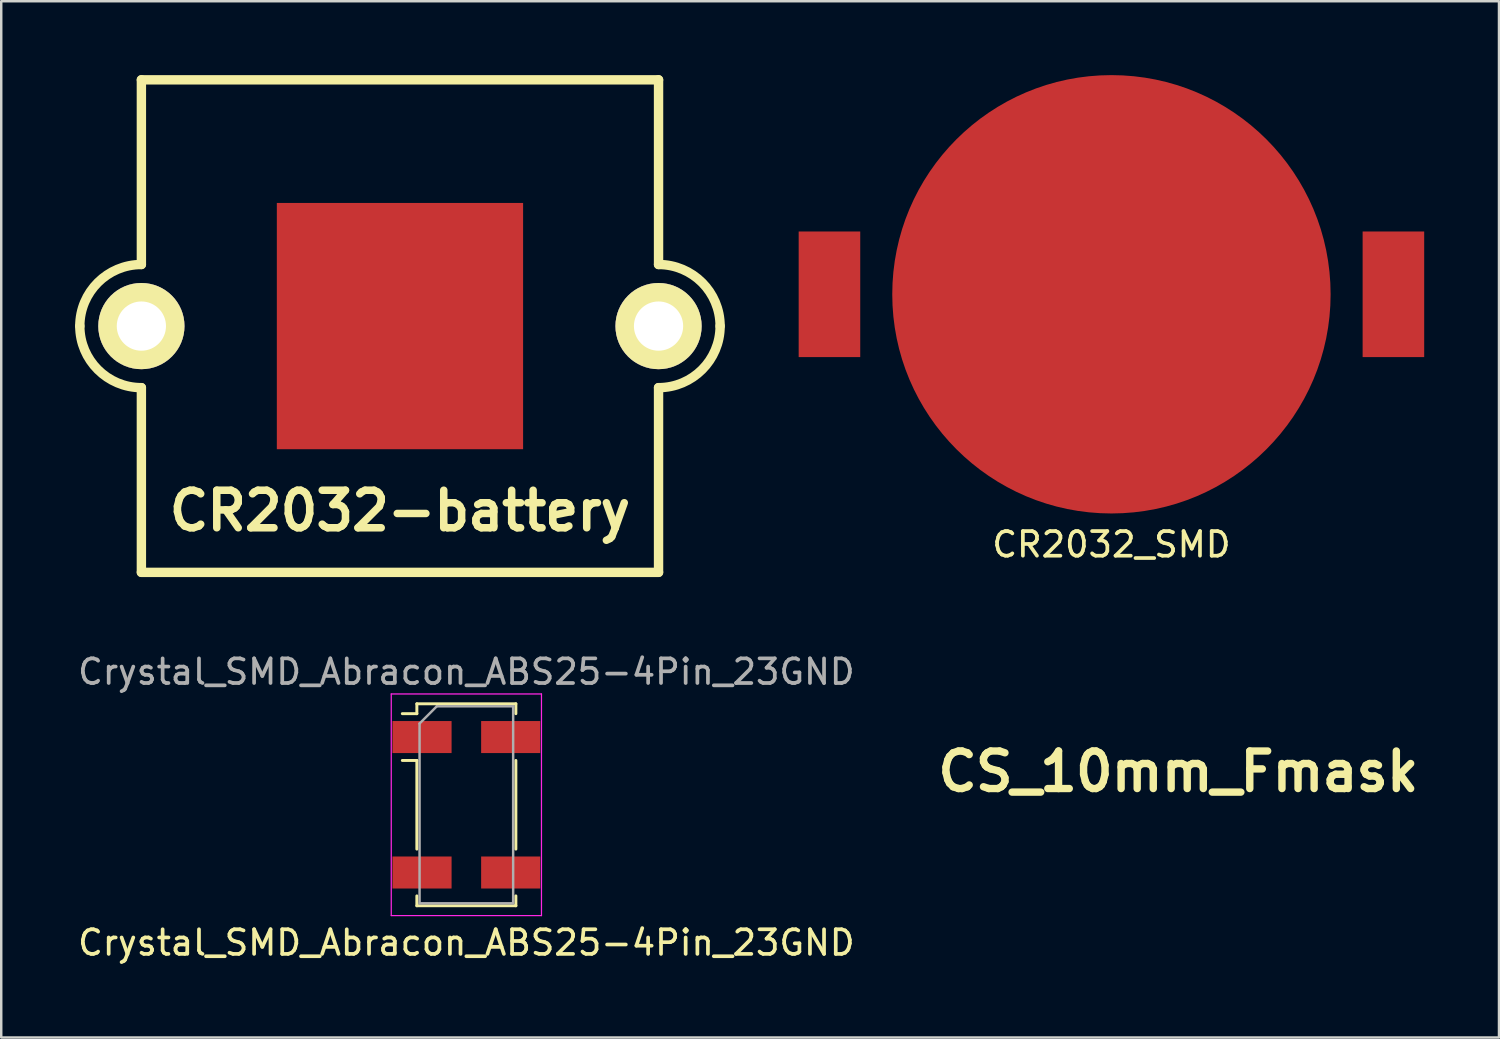
<source format=kicad_pcb>
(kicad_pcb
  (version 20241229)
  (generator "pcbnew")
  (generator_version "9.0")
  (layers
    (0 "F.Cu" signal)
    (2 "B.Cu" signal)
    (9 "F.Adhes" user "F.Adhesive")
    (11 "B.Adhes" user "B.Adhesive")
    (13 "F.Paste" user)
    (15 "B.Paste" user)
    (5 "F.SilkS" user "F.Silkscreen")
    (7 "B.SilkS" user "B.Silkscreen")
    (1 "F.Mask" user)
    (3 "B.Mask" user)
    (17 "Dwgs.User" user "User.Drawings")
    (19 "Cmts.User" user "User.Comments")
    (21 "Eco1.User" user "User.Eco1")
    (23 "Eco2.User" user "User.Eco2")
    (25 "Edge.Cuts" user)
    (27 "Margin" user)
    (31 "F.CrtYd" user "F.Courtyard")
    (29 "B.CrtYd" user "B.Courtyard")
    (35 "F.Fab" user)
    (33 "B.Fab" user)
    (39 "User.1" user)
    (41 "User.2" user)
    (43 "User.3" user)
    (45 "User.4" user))
  (footprint "CR2032-battery"
    (layer "F.Cu")
    (at 13.191 10.191)
    (property "Reference" "CR2032-battery" (at 0 7.5 0) (layer "F.SilkS") (effects (font (size 1.524 1.524) (thickness 0.305))))
    (attr through_hole)
    (fp_line (start -10.5 -10) (end 10.5 -10) (stroke (width 0.381) (type solid)) (layer "F.SilkS"))
    (fp_line (start -10.5 -10) (end -10.5 -2.5) (stroke (width 0.381) (type solid)) (layer "F.SilkS"))
    (fp_line (start -10.5 2.5) (end -10.5 10) (stroke (width 0.381) (type solid)) (layer "F.SilkS"))
    (fp_line (start 10.5 -10) (end 10.5 -2.5) (stroke (width 0.381) (type solid)) (layer "F.SilkS"))
    (fp_line (start 10.5 2.5) (end 10.5 10) (stroke (width 0.381) (type solid)) (layer "F.SilkS"))
    (fp_line (start 10.5 10) (end -10.5 10) (stroke (width 0.381) (type solid)) (layer "F.SilkS"))
    (fp_arc (start -13 0) (mid -12.267767 -1.767767) (end -10.5 -2.5) (stroke (width 0.381) (type solid)) (layer "F.SilkS"))
    (fp_arc (start -10.5 2.5) (mid -12.267767 1.767767) (end -13 0) (stroke (width 0.381) (type solid)) (layer "F.SilkS"))
    (fp_arc (start 10.5 -2.5) (mid 12.267767 -1.767767) (end 13 0) (stroke (width 0.381) (type solid)) (layer "F.SilkS"))
    (fp_arc (start 13 0) (mid 12.267767 1.767767) (end 10.5 2.5) (stroke (width 0.381) (type solid)) (layer "F.SilkS"))
    (pad "0" thru_hole circle (at -10.5 0) (size 3.5 3.5) (drill 1.999) (layers "*.Cu" "*.Mask" "F.SilkS"))
    (pad "1" thru_hole circle (at 10.5 0) (size 3.5 3.5) (drill 1.999) (layers "*.Cu" "*.Mask" "F.SilkS"))
    (pad "2" smd rect (at 0 0) (size 10 10) (layers "F.Cu" "F.Mask" "F.Paste")))
  (footprint "Crystal_SMD_Abracon_ABS25-4Pin_23GND"
    (layer "F.Cu")
    (at 15.887 29.629)
    (property "Reference" "Crystal_SMD_Abracon_ABS25-4Pin_23GND" (at 0 5.6 0) (layer "F.SilkS") (effects (font (size 1 1) (thickness 0.15))))
    (attr smd)
    (fp_line (start -2.6 -3.7) (end -2.01 -3.7) (stroke (width 0.12) (type solid)) (layer "F.SilkS"))
    (fp_line (start -2.01 -4.1) (end -2.01 -3.7) (stroke (width 0.12) (type solid)) (layer "F.SilkS"))
    (fp_line (start -2.01 -1.8) (end -2.6 -1.8) (stroke (width 0.12) (type solid)) (layer "F.SilkS"))
    (fp_line (start -2.01 -1.8) (end -2.01 1.8) (stroke (width 0.12) (type solid)) (layer "F.SilkS"))
    (fp_line (start -2.01 4.1) (end -2.01 3.7) (stroke (width 0.12) (type solid)) (layer "F.SilkS"))
    (fp_line (start 2.01 -4.1) (end -2.01 -4.1) (stroke (width 0.12) (type solid)) (layer "F.SilkS"))
    (fp_line (start 2.01 -4.1) (end 2.01 -3.7) (stroke (width 0.12) (type solid)) (layer "F.SilkS"))
    (fp_line (start 2.01 -1.8) (end 2.01 1.8) (stroke (width 0.12) (type solid)) (layer "F.SilkS"))
    (fp_line (start 2.01 4.1) (end -2.01 4.1) (stroke (width 0.12) (type solid)) (layer "F.SilkS"))
    (fp_line (start 2.01 4.1) (end 2.01 3.7) (stroke (width 0.12) (type solid)) (layer "F.SilkS"))
    (fp_line (start -3.05 -4.5) (end -3.05 4.5) (stroke (width 0.05) (type solid)) (layer "F.CrtYd"))
    (fp_line (start -3.05 4.5) (end 3.05 4.5) (stroke (width 0.05) (type solid)) (layer "F.CrtYd"))
    (fp_line (start 3.05 -4.5) (end -3.05 -4.5) (stroke (width 0.05) (type solid)) (layer "F.CrtYd"))
    (fp_line (start 3.05 4.5) (end 3.05 -4.5) (stroke (width 0.05) (type solid)) (layer "F.CrtYd"))
    (fp_line (start -1.9 -3.3) (end -1.2 -4) (stroke (width 0.1) (type solid)) (layer "F.Fab"))
    (fp_line (start -1.9 4) (end -1.9 -3.3) (stroke (width 0.1) (type solid)) (layer "F.Fab"))
    (fp_line (start -1.2 -4) (end 1.9 -4) (stroke (width 0.1) (type solid)) (layer "F.Fab"))
    (fp_line (start 1.9 -4) (end 1.9 4) (stroke (width 0.1) (type solid)) (layer "F.Fab"))
    (fp_line (start 1.9 4) (end -1.9 4) (stroke (width 0.1) (type solid)) (layer "F.Fab"))
    (fp_text user "${REFERENCE}" (at 0 -5.4 0) (layer "F.Fab") (effects (font (size 1 1) (thickness 0.15))))
    (pad "1" smd rect (at -1.8 -2.75 270) (size 1.3 2.4) (layers "F.Cu" "F.Mask" "F.Paste"))
    (pad "2" smd rect (at -1.8 2.75 270) (size 1.3 2.4) (layers "F.Cu" "F.Mask" "F.Paste"))
    (pad "3" smd rect (at 1.8 2.75 270) (size 1.3 2.4) (layers "F.Cu" "F.Mask" "F.Paste"))
    (pad "4" smd rect (at 1.8 -2.75 270) (size 1.3 2.4) (layers "F.Cu" "F.Mask" "F.Paste")))
  (footprint "CR2032_SMD"
    (layer "F.Cu")
    (at 42.081 8.9)
    (property "Reference" "CR2032_SMD" (at 0 10.16 0) (layer "F.SilkS") (effects (font (size 1 1) (thickness 0.15))))
    (attr through_hole)
    (pad "1" smd rect (at -11.45 0) (size 2.5 5.1) (layers "F.Cu" "F.Mask" "F.Paste"))
    (pad "1" smd rect (at 11.45 0) (size 2.5 5.1) (layers "F.Cu" "F.Mask" "F.Paste"))
    (pad "2" smd circle (at 0 0) (size 17.8 17.8) (layers "F.Cu" "F.Mask" "F.Paste")))
  (footprint "CS_10mm_Fmask"
    (layer "F.Cu")
    (at 44.796 28.28)
    (property "Reference" "CS_10mm_Fmask" (at 0 0 0) (layer "F.SilkS") (effects (font (size 1.524 1.524) (thickness 0.3))))
    (attr through_hole)
    (fp_poly (pts (xy 3.035 0.132) (xy 3.021 0.254) (xy 3.012 0.359) (xy 3.012 0.386) (xy 3.007 0.43) (xy 2.986 0.456) (xy 2.937 0.465) (xy 2.848 0.458) (xy 2.708 0.435) (xy 2.564 0.408) (xy 2.279 0.354) (xy 2.3 0.245) (xy 2.317 0.134) (xy 2.322 0.05) (xy 2.325 0.011) (xy 2.342 -0.014) (xy 2.386 -0.028) (xy 2.47 -0.035) (xy 2.609 -0.036) (xy 2.69 -0.036) (xy 3.058 -0.036) (xy 3.035 0.132)) (stroke (width 0.01) (type solid)) (fill yes) (layer "F.Mask"))
    (fp_poly (pts (xy 2.267 0.701) (xy 2.362 0.732) (xy 2.482 0.775) (xy 2.611 0.823) (xy 2.73 0.869) (xy 2.821 0.908) (xy 2.865 0.931) (xy 2.867 0.933) (xy 2.851 0.99) (xy 2.812 1.082) (xy 2.759 1.187) (xy 2.705 1.286) (xy 2.659 1.356) (xy 2.635 1.378) (xy 2.587 1.361) (xy 2.494 1.314) (xy 2.373 1.246) (xy 2.322 1.216) (xy 2.201 1.141) (xy 2.108 1.077) (xy 2.058 1.035) (xy 2.053 1.026) (xy 2.057 1.011) (xy 2.105 1.011) (xy 2.134 1.044) (xy 2.213 1.1) (xy 2.326 1.169) (xy 2.368 1.193) (xy 2.631 1.339) (xy 2.727 1.15) (xy 2.777 1.048) (xy 2.807 0.974) (xy 2.812 0.95) (xy 2.775 0.932) (xy 2.69 0.898) (xy 2.578 0.855) (xy 2.456 0.811) (xy 2.345 0.771) (xy 2.263 0.744) (xy 2.229 0.736) (xy 2.199 0.788) (xy 2.159 0.871) (xy 2.123 0.954) (xy 2.105 1.008) (xy 2.105 1.011) (xy 2.057 1.011) (xy 2.071 0.963) (xy 2.108 0.874) (xy 2.153 0.782) (xy 2.194 0.713) (xy 2.217 0.689) (xy 2.267 0.701)) (stroke (width 0.01) (type solid)) (fill yes) (layer "F.Mask"))
    (fp_poly (pts (xy 2.865 -0.985) (xy 2.894 -0.905) (xy 2.929 -0.798) (xy 2.962 -0.686) (xy 2.987 -0.591) (xy 2.987 -0.59) (xy 2.997 -0.527) (xy 2.993 -0.508) (xy 2.955 -0.502) (xy 2.863 -0.485) (xy 2.735 -0.461) (xy 2.697 -0.454) (xy 2.524 -0.421) (xy 2.409 -0.405) (xy 2.337 -0.411) (xy 2.296 -0.44) (xy 2.27 -0.499) (xy 2.249 -0.583) (xy 2.227 -0.688) (xy 2.221 -0.731) (xy 2.25 -0.731) (xy 2.263 -0.65) (xy 2.293 -0.557) (xy 2.331 -0.478) (xy 2.365 -0.438) (xy 2.369 -0.437) (xy 2.425 -0.444) (xy 2.53 -0.462) (xy 2.658 -0.486) (xy 2.784 -0.512) (xy 2.88 -0.537) (xy 2.925 -0.555) (xy 2.926 -0.555) (xy 2.934 -0.604) (xy 2.92 -0.692) (xy 2.892 -0.794) (xy 2.857 -0.884) (xy 2.823 -0.938) (xy 2.811 -0.943) (xy 2.752 -0.932) (xy 2.653 -0.901) (xy 2.535 -0.859) (xy 2.417 -0.813) (xy 2.318 -0.771) (xy 2.259 -0.74) (xy 2.25 -0.731) (xy 2.221 -0.731) (xy 2.217 -0.761) (xy 2.219 -0.78) (xy 2.256 -0.797) (xy 2.343 -0.832) (xy 2.459 -0.876) (xy 2.587 -0.924) (xy 2.706 -0.968) (xy 2.799 -1.001) (xy 2.846 -1.016) (xy 2.848 -1.016) (xy 2.865 -0.985)) (stroke (width 0.01) (type solid)) (fill yes) (layer "F.Mask"))
    (fp_poly (pts (xy 0.677 -4.88) (xy 0.98 -4.842) (xy 1.3 -4.779) (xy 1.506 -4.729) (xy 1.657 -4.684) (xy 1.832 -4.623) (xy 2.019 -4.552) (xy 2.202 -4.477) (xy 2.369 -4.403) (xy 2.504 -4.336) (xy 2.595 -4.283) (xy 2.624 -4.256) (xy 2.615 -4.216) (xy 2.578 -4.13) (xy 2.522 -4.017) (xy 2.457 -3.892) (xy 2.392 -3.774) (xy 2.334 -3.68) (xy 2.303 -3.635) (xy 2.269 -3.645) (xy 2.186 -3.681) (xy 2.072 -3.735) (xy 2.045 -3.748) (xy 1.879 -3.831) (xy 1.765 -3.881) (xy 1.69 -3.895) (xy 1.64 -3.869) (xy 1.6 -3.801) (xy 1.558 -3.688) (xy 1.54 -3.639) (xy 1.491 -3.505) (xy 1.45 -3.399) (xy 1.423 -3.338) (xy 1.418 -3.331) (xy 1.376 -3.328) (xy 1.282 -3.343) (xy 1.158 -3.373) (xy 1.143 -3.377) (xy 1.013 -3.41) (xy 0.909 -3.43) (xy 0.852 -3.434) (xy 0.85 -3.433) (xy 0.828 -3.393) (xy 0.801 -3.298) (xy 0.774 -3.165) (xy 0.764 -3.104) (xy 0.718 -2.79) (xy 0.218 -2.84) (xy 0.218 -2.141) (xy 0.062 -2.141) (xy -0.242 -2.107) (xy -0.55 -2.01) (xy -0.85 -1.858) (xy -1.131 -1.659) (xy -1.379 -1.421) (xy -1.585 -1.153) (xy -1.682 -0.98) (xy -1.829 -0.608) (xy -1.904 -0.24) (xy -1.907 0.127) (xy -1.839 0.497) (xy -1.698 0.873) (xy -1.671 0.929) (xy -1.486 1.226) (xy -1.246 1.494) (xy -0.963 1.721) (xy -0.651 1.897) (xy -0.322 2.012) (xy -0.308 2.015) (xy -0.025 2.058) (xy 0.28 2.068) (xy 0.574 2.042) (xy 0.708 2.016) (xy 0.825 1.993) (xy 0.914 1.983) (xy 0.949 1.989) (xy 0.971 2.033) (xy 1.01 2.127) (xy 1.057 2.255) (xy 1.072 2.296) (xy 1.123 2.435) (xy 1.161 2.517) (xy 1.194 2.554) (xy 1.23 2.559) (xy 1.248 2.555) (xy 1.359 2.51) (xy 1.503 2.437) (xy 1.655 2.351) (xy 1.788 2.265) (xy 1.853 2.216) (xy 1.974 2.116) (xy 1.767 1.872) (xy 1.674 1.76) (xy 1.603 1.669) (xy 1.564 1.612) (xy 1.56 1.602) (xy 1.584 1.563) (xy 1.646 1.494) (xy 1.698 1.44) (xy 1.837 1.305) (xy 2.358 1.744) (xy 2.88 2.183) (xy 2.946 2.098) (xy 3.006 2.016) (xy 3.081 1.907) (xy 3.112 1.86) (xy 3.173 1.772) (xy 3.219 1.716) (xy 3.234 1.705) (xy 3.273 1.722) (xy 3.36 1.767) (xy 3.48 1.833) (xy 3.55 1.872) (xy 3.687 1.951) (xy 3.771 2.004) (xy 3.812 2.043) (xy 3.819 2.078) (xy 3.802 2.121) (xy 3.795 2.135) (xy 3.749 2.211) (xy 3.674 2.323) (xy 3.587 2.447) (xy 3.577 2.46) (xy 3.408 2.689) (xy 2.885 2.253) (xy 2.694 2.441) (xy 2.602 2.534) (xy 2.534 2.608) (xy 2.504 2.647) (xy 2.504 2.649) (xy 2.526 2.682) (xy 2.587 2.762) (xy 2.681 2.879) (xy 2.799 3.023) (xy 2.922 3.172) (xy 3.078 3.359) (xy 3.191 3.498) (xy 3.26 3.602) (xy 3.286 3.682) (xy 3.269 3.749) (xy 3.208 3.815) (xy 3.103 3.89) (xy 2.955 3.987) (xy 2.921 4.009) (xy 2.503 4.262) (xy 2.08 4.464) (xy 1.629 4.628) (xy 1.292 4.723) (xy 1.162 4.752) (xy 1.024 4.774) (xy 0.863 4.789) (xy 0.665 4.8) (xy 0.414 4.807) (xy 0.308 4.809) (xy 0.086 4.812) (xy -0.116 4.812) (xy -0.286 4.811) (xy -0.409 4.808) (xy -0.472 4.804) (xy -0.877 4.721) (xy -1.231 4.626) (xy -1.559 4.512) (xy -1.881 4.37) (xy -2.036 4.293) (xy -2.546 3.99) (xy -3.009 3.634) (xy -3.151 3.494) (xy 0.218 3.494) (xy 0.218 4.111) (xy 0.553 4.09) (xy 0.75 4.07) (xy 0.975 4.034) (xy 1.188 3.991) (xy 1.239 3.979) (xy 1.442 3.919) (xy 1.667 3.839) (xy 1.874 3.756) (xy 1.92 3.735) (xy 2.205 3.602) (xy 2.329 3.602) (xy 2.44 3.788) (xy 2.509 3.904) (xy 2.571 4.007) (xy 2.6 4.054) (xy 2.65 4.135) (xy 2.822 4.029) (xy 2.954 3.941) (xy 3.089 3.84) (xy 3.138 3.799) (xy 3.281 3.676) (xy 3.101 3.455) (xy 3.013 3.35) (xy 2.941 3.272) (xy 2.898 3.233) (xy 2.893 3.231) (xy 2.853 3.25) (xy 2.769 3.301) (xy 2.655 3.376) (xy 2.597 3.416) (xy 2.329 3.602) (xy 2.205 3.602) (xy 2.25 3.582) (xy 2.118 3.342) (xy 2.051 3.223) (xy 1.996 3.128) (xy 1.963 3.077) (xy 1.961 3.075) (xy 1.919 3.076) (xy 1.829 3.104) (xy 1.708 3.153) (xy 1.666 3.172) (xy 1.262 3.326) (xy 0.833 3.43) (xy 0.518 3.471) (xy 0.218 3.494) (xy -3.151 3.494) (xy -3.344 3.304) (xy -0.349 3.304) (xy -0.347 3.362) (xy -0.347 3.363) (xy -0.298 3.397) (xy -0.19 3.42) (xy -0.035 3.433) (xy 0.155 3.435) (xy 0.367 3.426) (xy 0.59 3.405) (xy 0.689 3.392) (xy 1.181 3.285) (xy 1.645 3.113) (xy 2.076 2.879) (xy 2.468 2.584) (xy 2.666 2.397) (xy 2.846 2.213) (xy 2.703 2.095) (xy 2.598 2.008) (xy 2.5 1.926) (xy 2.469 1.9) (xy 2.378 1.822) (xy 2.171 2.014) (xy 1.874 2.252) (xy 1.534 2.463) (xy 1.181 2.629) (xy 1.096 2.66) (xy 0.957 2.706) (xy 0.834 2.739) (xy 0.707 2.761) (xy 0.555 2.776) (xy 0.36 2.787) (xy 0.254 2.792) (xy -0.271 2.812) (xy -0.317 3.066) (xy -0.338 3.198) (xy -0.349 3.304) (xy -3.344 3.304) (xy -3.422 3.227) (xy -3.782 2.774) (xy -4.087 2.278) (xy -4.184 2.069) (xy -3.378 2.069) (xy -3.191 2.34) (xy -3.109 2.461) (xy -3.052 2.538) (xy -3.003 2.57) (xy -2.948 2.56) (xy -2.871 2.507) (xy -2.755 2.412) (xy -2.693 2.362) (xy -2.608 2.287) (xy -2.552 2.228) (xy -2.54 2.205) (xy -2.56 2.161) (xy -2.613 2.08) (xy -2.665 2.009) (xy -2.736 1.912) (xy -2.788 1.834) (xy -2.805 1.803) (xy -2.845 1.792) (xy -2.94 1.823) (xy -3.085 1.896) (xy -3.258 1.997) (xy -3.378 2.069) (xy -4.184 2.069) (xy -4.335 1.742) (xy -4.521 1.171) (xy -4.596 0.848) (xy -4.635 0.576) (xy -4.657 0.257) (xy -4.661 -0.073) (xy -4.624 -0.073) (xy -4.621 0.233) (xy -4.609 0.468) (xy -4.587 0.634) (xy -4.556 0.731) (xy -4.516 0.762) (xy -4.456 0.756) (xy -4.348 0.741) (xy -4.219 0.72) (xy -3.973 0.678) (xy -3.972 0.411) (xy -3.229 0.411) (xy -3.209 0.607) (xy -3.153 0.844) (xy -3.068 1.105) (xy -2.96 1.371) (xy -2.835 1.626) (xy -2.711 1.836) (xy -2.615 1.972) (xy -2.502 2.117) (xy -2.384 2.26) (xy -2.269 2.388) (xy -2.169 2.491) (xy -2.093 2.556) (xy -2.056 2.574) (xy -2.014 2.547) (xy -1.943 2.476) (xy -1.855 2.376) (xy -1.837 2.355) (xy -1.661 2.138) (xy -1.839 1.949) (xy -2.06 1.689) (xy -2.244 1.411) (xy -2.353 1.209) (xy -2.426 1.044) (xy -2.495 0.855) (xy -2.554 0.663) (xy -2.595 0.49) (xy -2.612 0.359) (xy -2.613 0.349) (xy -2.613 0.244) (xy -2.836 0.267) (xy -2.97 0.28) (xy -3.086 0.288) (xy -3.144 0.29) (xy -3.203 0.301) (xy -3.226 0.349) (xy -3.229 0.411) (xy -3.972 0.411) (xy -3.971 -0.033) (xy -3.97 -0.188) (xy -2.575 -0.188) (xy -2.57 -0.003) (xy -2.568 0.046) (xy -2.557 0.269) (xy -2.542 0.441) (xy -2.518 0.585) (xy -2.483 0.721) (xy -2.452 0.816) (xy -2.271 1.243) (xy -2.034 1.625) (xy -1.74 1.961) (xy -1.571 2.113) (xy -1.394 2.244) (xy -1.19 2.37) (xy -0.974 2.485) (xy -0.763 2.581) (xy -0.573 2.649) (xy -0.421 2.681) (xy -0.397 2.682) (xy -0.35 2.68) (xy -0.319 2.658) (xy -0.296 2.603) (xy -0.274 2.501) (xy -0.256 2.393) (xy -0.236 2.258) (xy -0.223 2.153) (xy -0.222 2.124) (xy 0.624 2.124) (xy 0.633 2.217) (xy 0.65 2.346) (xy 0.657 2.391) (xy 0.685 2.549) (xy 0.717 2.644) (xy 0.768 2.685) (xy 0.847 2.684) (xy 0.969 2.648) (xy 0.983 2.643) (xy 1.068 2.614) (xy 1.116 2.594) (xy 1.118 2.593) (xy 1.112 2.557) (xy 1.086 2.469) (xy 1.046 2.347) (xy 1.031 2.304) (xy 0.931 2.025) (xy 0.785 2.048) (xy 0.69 2.066) (xy 0.632 2.081) (xy 0.625 2.084) (xy 0.624 2.124) (xy -0.222 2.124) (xy -0.221 2.097) (xy -0.222 2.093) (xy -0.261 2.078) (xy -0.351 2.048) (xy -0.473 2.009) (xy -0.49 2.004) (xy -0.824 1.862) (xy -1.127 1.662) (xy -1.392 1.41) (xy -1.612 1.118) (xy -1.783 0.792) (xy -1.899 0.441) (xy -1.952 0.075) (xy -1.953 -0.127) (xy -1.942 -0.381) (xy -2.209 -0.428) (xy -2.346 -0.449) (xy -2.46 -0.459) (xy -2.527 -0.456) (xy -2.531 -0.455) (xy -2.553 -0.436) (xy -2.567 -0.393) (xy -2.574 -0.314) (xy -2.575 -0.188) (xy -3.97 -0.188) (xy -3.97 -0.286) (xy -3.969 -0.345) (xy -3.248 -0.345) (xy -3.066 -0.322) (xy -2.929 -0.31) (xy -2.798 -0.304) (xy -2.758 -0.304) (xy -2.681 -0.311) (xy -2.64 -0.339) (xy -2.618 -0.407) (xy -2.607 -0.478) (xy -2.513 -0.89) (xy -2.354 -1.281) (xy -2.137 -1.645) (xy -1.967 -1.853) (xy -1.887 -1.853) (xy -1.861 -1.818) (xy -1.792 -1.751) (xy -1.694 -1.663) (xy -1.665 -1.638) (xy -1.444 -1.451) (xy -1.253 -1.626) (xy -1.117 -1.735) (xy -0.953 -1.848) (xy -0.812 -1.932) (xy -0.663 -2.003) (xy -0.512 -2.066) (xy -0.391 -2.106) (xy -0.39 -2.106) (xy -0.304 -2.129) (xy -0.251 -2.156) (xy -0.227 -2.202) (xy -0.227 -2.281) (xy -0.245 -2.409) (xy -0.261 -2.503) (xy -0.287 -2.636) (xy -0.317 -2.717) (xy -0.366 -2.752) (xy -0.448 -2.748) (xy -0.578 -2.71) (xy -0.663 -2.682) (xy -1.066 -2.511) (xy -1.428 -2.285) (xy -1.634 -2.114) (xy -1.743 -2.01) (xy -1.829 -1.924) (xy -1.879 -1.867) (xy -1.887 -1.853) (xy -1.967 -1.853) (xy -1.868 -1.974) (xy -1.554 -2.262) (xy -1.202 -2.502) (xy -0.817 -2.687) (xy -0.407 -2.81) (xy -0.399 -2.812) (xy -0.243 -2.84) (xy -0.089 -2.86) (xy 0.021 -2.867) (xy 0.181 -2.867) (xy 0.181 -3.523) (xy 0.064 -3.505) (xy -0.039 -3.491) (xy -0.177 -3.474) (xy -0.272 -3.463) (xy -0.685 -3.386) (xy -1.101 -3.245) (xy -1.505 -3.049) (xy -1.882 -2.803) (xy -2.144 -2.586) (xy -2.411 -2.303) (xy -2.655 -1.977) (xy -2.866 -1.622) (xy -3.037 -1.254) (xy -3.161 -0.888) (xy -3.23 -0.539) (xy -3.235 -0.488) (xy -3.248 -0.345) (xy -3.969 -0.345) (xy -3.966 -0.481) (xy -3.959 -0.633) (xy -3.947 -0.757) (xy -3.928 -0.869) (xy -3.902 -0.983) (xy -3.874 -1.088) (xy -3.835 -1.235) (xy -3.806 -1.353) (xy -3.791 -1.427) (xy -3.791 -1.444) (xy -3.828 -1.461) (xy -3.916 -1.497) (xy -4.039 -1.544) (xy -4.078 -1.559) (xy -4.354 -1.662) (xy -4.425 -1.429) (xy -4.536 -0.995) (xy -4.601 -0.552) (xy -4.624 -0.074) (xy -4.624 -0.073) (xy -4.661 -0.073) (xy -4.661 -0.085) (xy -4.648 -0.429) (xy -4.619 -0.75) (xy -4.577 -1.006) (xy -4.418 -1.589) (xy -4.195 -2.137) (xy -3.909 -2.649) (xy -3.832 -2.755) (xy -2.903 -2.755) (xy -2.877 -2.72) (xy -2.808 -2.653) (xy -2.71 -2.566) (xy -2.681 -2.542) (xy -2.459 -2.357) (xy -2.2 -2.603) (xy -2.061 -2.729) (xy -1.912 -2.853) (xy -1.781 -2.953) (xy -1.742 -2.98) (xy -1.601 -3.067) (xy -1.433 -3.162) (xy -1.295 -3.234) (xy -1.178 -3.292) (xy -1.106 -3.34) (xy -1.073 -3.392) (xy -1.077 -3.466) (xy -1.112 -3.578) (xy -1.165 -3.722) (xy -1.211 -3.834) (xy -1.247 -3.89) (xy -1.286 -3.904) (xy -1.319 -3.897) (xy -1.427 -3.855) (xy -1.576 -3.783) (xy -1.747 -3.694) (xy -1.92 -3.597) (xy -2.074 -3.504) (xy -2.123 -3.472) (xy -2.22 -3.4) (xy -2.341 -3.301) (xy -2.474 -3.187) (xy -2.606 -3.067) (xy -2.727 -2.953) (xy -2.824 -2.855) (xy -2.886 -2.784) (xy -2.903 -2.755) (xy -3.832 -2.755) (xy -3.56 -3.126) (xy -3.249 -3.468) (xy -2.799 -3.87) (xy -2.318 -4.207) (xy -1.806 -4.479) (xy -1.263 -4.685) (xy -1.025 -4.752) (xy -1.019 -4.754) (xy -0.59 -4.754) (xy -0.586 -4.658) (xy -0.568 -4.538) (xy -0.543 -4.412) (xy -0.512 -4.298) (xy -0.481 -4.217) (xy -0.453 -4.187) (xy -0.45 -4.187) (xy -0.395 -4.197) (xy -0.286 -4.21) (xy -0.141 -4.223) (xy -0.047 -4.23) (xy 0.325 -4.234) (xy 0.715 -4.203) (xy 1.09 -4.138) (xy 1.302 -4.084) (xy 1.433 -4.044) (xy 1.536 -4.013) (xy 1.592 -3.997) (xy 1.597 -3.996) (xy 1.616 -4.026) (xy 1.652 -4.109) (xy 1.698 -4.229) (xy 1.718 -4.284) (xy 1.763 -4.418) (xy 1.795 -4.522) (xy 1.809 -4.582) (xy 1.809 -4.589) (xy 1.756 -4.614) (xy 1.648 -4.648) (xy 1.5 -4.689) (xy 1.329 -4.731) (xy 1.151 -4.77) (xy 0.982 -4.803) (xy 0.947 -4.809) (xy 0.746 -4.838) (xy 0.544 -4.854) (xy 0.318 -4.86) (xy 0.046 -4.856) (xy 0.012 -4.855) (xy -0.183 -4.847) (xy -0.353 -4.836) (xy -0.483 -4.824) (xy -0.562 -4.811) (xy -0.578 -4.805) (xy -0.59 -4.754) (xy -1.019 -4.754) (xy -0.854 -4.795) (xy -0.719 -4.826) (xy -0.6 -4.848) (xy -0.477 -4.862) (xy -0.333 -4.873) (xy -0.148 -4.882) (xy 0.005 -4.888) (xy 0.362 -4.894) (xy 0.677 -4.88)) (stroke (width 0.01) (type solid)) (fill yes) (layer "F.Mask")))
  (gr_rect
    (start -3 -3)
    (end 57.818 39.078)
    (stroke (width 0.1) (type default))
    (fill no)
    (layer "Edge.Cuts")))
</source>
